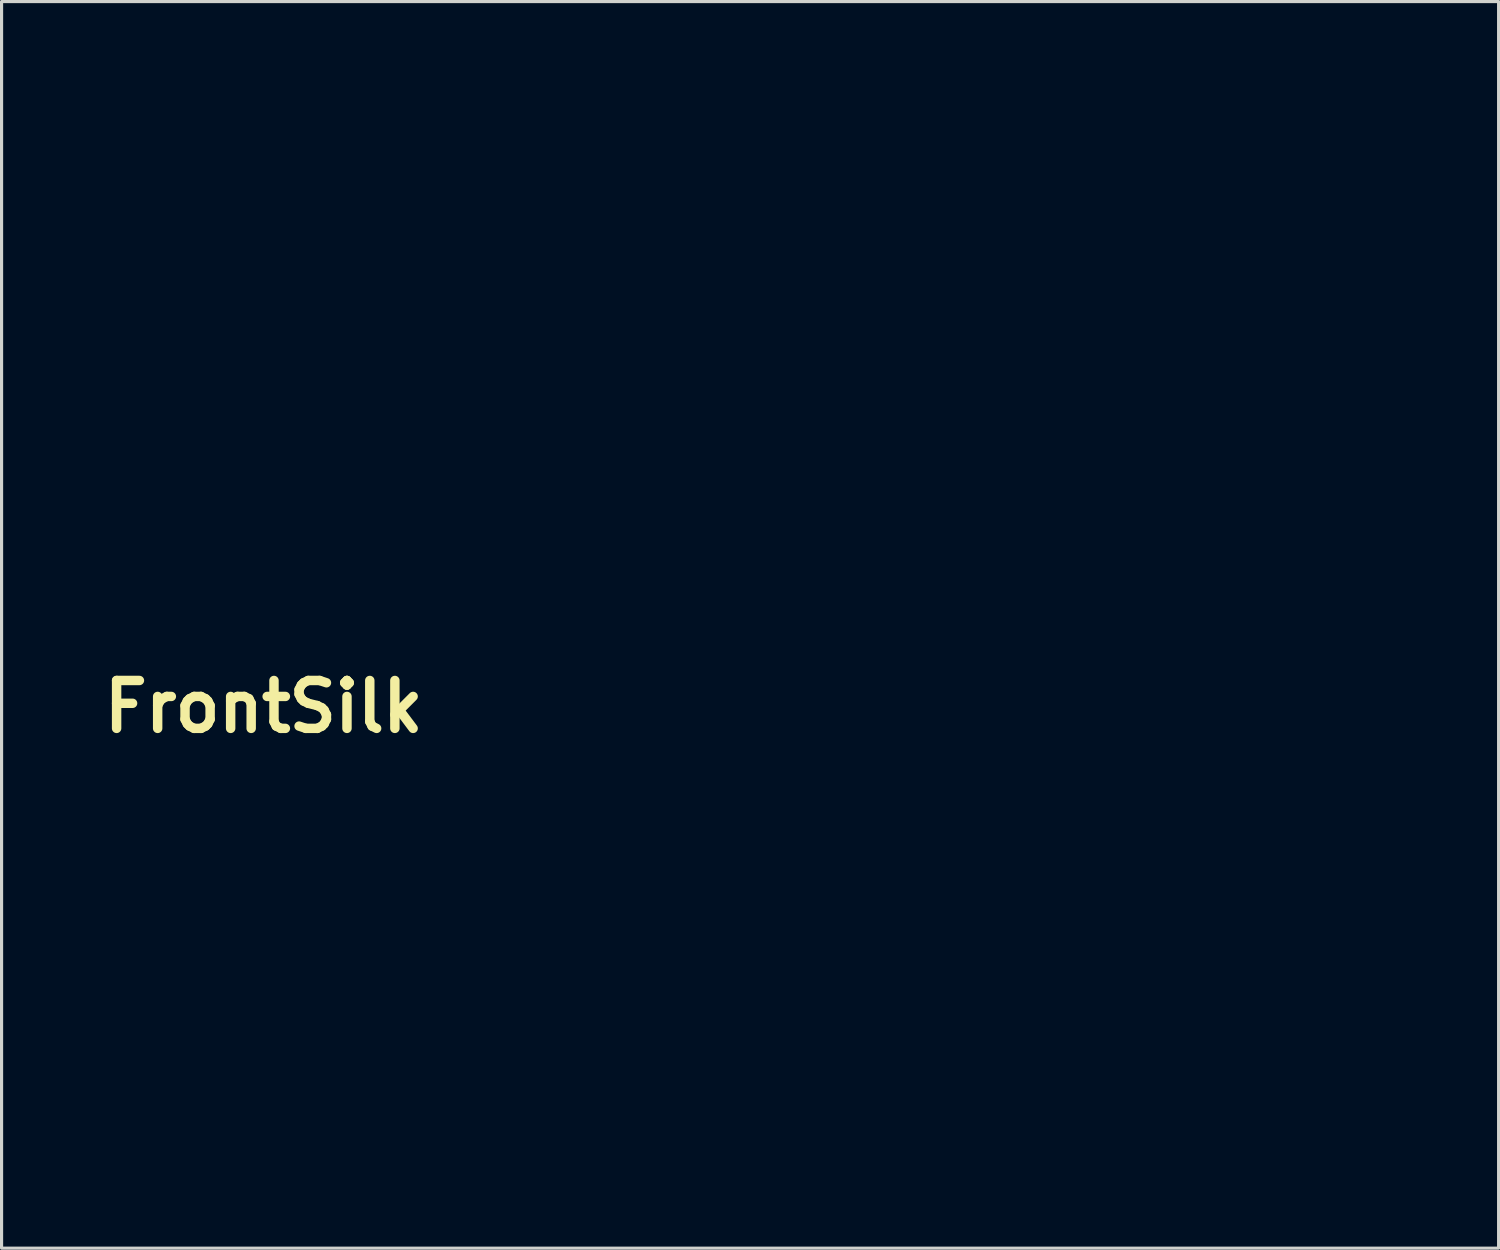
<source format=kicad_pcb>
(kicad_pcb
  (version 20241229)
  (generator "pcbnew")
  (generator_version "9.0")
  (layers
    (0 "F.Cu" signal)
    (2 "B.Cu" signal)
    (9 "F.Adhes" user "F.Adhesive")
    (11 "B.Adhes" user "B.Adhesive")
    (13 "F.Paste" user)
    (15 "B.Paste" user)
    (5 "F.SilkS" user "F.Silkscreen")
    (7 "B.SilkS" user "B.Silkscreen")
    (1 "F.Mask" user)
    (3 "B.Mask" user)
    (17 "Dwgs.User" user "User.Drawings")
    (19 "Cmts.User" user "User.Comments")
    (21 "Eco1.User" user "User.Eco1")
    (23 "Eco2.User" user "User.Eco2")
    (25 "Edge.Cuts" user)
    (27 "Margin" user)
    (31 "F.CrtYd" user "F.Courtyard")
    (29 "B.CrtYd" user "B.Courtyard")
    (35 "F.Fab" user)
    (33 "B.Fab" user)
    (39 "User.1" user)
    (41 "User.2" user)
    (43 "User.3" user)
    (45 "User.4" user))
  (footprint "FrontSilk"
    (layer "F.Cu")
    (at 5.341 19.436)
    (property "Reference" "FrontSilk" (at 0 0 0) (layer "F.SilkS") (effects (font (size 1.524 1.524) (thickness 0.3))))
    (attr through_hole)
    (fp_poly (pts (xy 31.714 -9.737) (xy 27.359 -9.737) (xy 27.359 -10.541) (xy 31.714 -10.541) (xy 31.714 -9.737)) (stroke (width 0.01) (type solid)) (fill no) (layer "Eco1.User"))
    (fp_poly (pts (xy 33.029 -10.691) (xy 33.163 -10.633) (xy 33.277 -10.526) (xy 33.367 -10.378) (xy 33.415 -10.22) (xy 33.419 -10.17) (xy 33.388 -9.97) (xy 33.302 -9.807) (xy 33.177 -9.689) (xy 33.027 -9.625) (xy 32.865 -9.623) (xy 32.706 -9.694) (xy 32.69 -9.706) (xy 32.569 -9.849) (xy 32.513 -9.981) (xy 32.485 -10.185) (xy 32.517 -10.37) (xy 32.599 -10.524) (xy 32.719 -10.636) (xy 32.866 -10.696) (xy 33.029 -10.691)) (stroke (width 0.01) (type solid)) (fill no) (layer "Eco1.User"))
    (fp_poly (pts (xy 30.716 -13.61) (xy 30.929 -13.486) (xy 31.194 -13.286) (xy 31.417 -13.021) (xy 31.594 -12.698) (xy 31.72 -12.325) (xy 31.77 -12.071) (xy 31.792 -11.877) (xy 31.802 -11.68) (xy 31.798 -11.525) (xy 31.776 -11.303) (xy 31.179 -11.303) (xy 31.161 -11.695) (xy 31.137 -11.986) (xy 31.09 -12.216) (xy 31.016 -12.401) (xy 30.907 -12.564) (xy 30.905 -12.567) (xy 30.852 -12.632) (xy 30.803 -12.686) (xy 30.75 -12.73) (xy 30.688 -12.765) (xy 30.609 -12.793) (xy 30.506 -12.814) (xy 30.373 -12.83) (xy 30.203 -12.841) (xy 29.988 -12.848) (xy 29.723 -12.854) (xy 29.399 -12.857) (xy 29.011 -12.861) (xy 28.947 -12.861) (xy 27.359 -12.874) (xy 27.359 -13.636) (xy 30.716 -13.61)) (stroke (width 0.01) (type solid)) (fill no) (layer "Eco1.User"))
    (fp_poly (pts (xy 35.079 2.206) (xy 35.252 2.237) (xy 35.403 2.262) (xy 35.515 2.279) (xy 35.569 2.285) (xy 35.617 2.312) (xy 35.632 2.403) (xy 35.633 2.414) (xy 35.626 2.501) (xy 35.593 2.525) (xy 35.533 2.512) (xy 35.433 2.483) (xy 35.551 2.64) (xy 35.627 2.747) (xy 35.661 2.82) (xy 35.662 2.884) (xy 35.647 2.939) (xy 35.602 2.996) (xy 35.52 2.988) (xy 35.496 2.978) (xy 35.467 2.925) (xy 35.452 2.823) (xy 35.451 2.797) (xy 35.436 2.675) (xy 35.387 2.58) (xy 35.294 2.508) (xy 35.148 2.452) (xy 34.942 2.407) (xy 34.843 2.391) (xy 34.732 2.371) (xy 34.676 2.345) (xy 34.655 2.298) (xy 34.653 2.246) (xy 34.653 2.129) (xy 35.079 2.206)) (stroke (width 0.01) (type solid)) (fill no) (layer "Eco1.User"))
    (fp_poly (pts (xy 34.239 8.232) (xy 34.325 8.285) (xy 34.442 8.362) (xy 34.503 8.403) (xy 34.786 8.593) (xy 35.633 8.261) (xy 35.633 8.381) (xy 35.628 8.44) (xy 35.606 8.484) (xy 35.554 8.524) (xy 35.457 8.569) (xy 35.318 8.624) (xy 35.003 8.747) (xy 35.303 8.951) (xy 35.456 9.059) (xy 35.555 9.14) (xy 35.609 9.206) (xy 35.63 9.27) (xy 35.627 9.343) (xy 35.626 9.348) (xy 35.616 9.369) (xy 35.587 9.372) (xy 35.534 9.352) (xy 35.448 9.304) (xy 35.323 9.225) (xy 35.151 9.111) (xy 34.926 8.957) (xy 34.898 8.938) (xy 34.667 8.778) (xy 34.491 8.655) (xy 34.364 8.56) (xy 34.276 8.489) (xy 34.222 8.435) (xy 34.193 8.391) (xy 34.182 8.351) (xy 34.181 8.329) (xy 34.187 8.245) (xy 34.201 8.213) (xy 34.239 8.232)) (stroke (width 0.01) (type solid)) (fill no) (layer "Eco1.User"))
    (fp_poly (pts (xy 35.265 -3.01) (xy 35.43 -2.905) (xy 35.492 -2.841) (xy 35.61 -2.655) (xy 35.657 -2.454) (xy 35.632 -2.237) (xy 35.602 -2.144) (xy 35.497 -1.956) (xy 35.355 -1.837) (xy 35.187 -1.79) (xy 35.007 -1.82) (xy 34.924 -1.861) (xy 34.77 -1.992) (xy 34.676 -2.17) (xy 34.638 -2.4) (xy 34.638 -2.425) (xy 34.834 -2.425) (xy 34.862 -2.241) (xy 34.942 -2.11) (xy 35.067 -2.041) (xy 35.143 -2.032) (xy 35.281 -2.067) (xy 35.362 -2.136) (xy 35.434 -2.271) (xy 35.448 -2.424) (xy 35.414 -2.573) (xy 35.337 -2.697) (xy 35.225 -2.777) (xy 35.133 -2.794) (xy 34.987 -2.76) (xy 34.888 -2.663) (xy 34.839 -2.506) (xy 34.834 -2.425) (xy 34.638 -2.425) (xy 34.637 -2.444) (xy 34.663 -2.661) (xy 34.742 -2.828) (xy 34.884 -2.956) (xy 34.919 -2.978) (xy 35.092 -3.035) (xy 35.265 -3.01)) (stroke (width 0.01) (type solid)) (fill no) (layer "Eco1.User"))
    (fp_poly (pts (xy 35.265 0.757) (xy 35.43 0.863) (xy 35.492 0.926) (xy 35.61 1.113) (xy 35.657 1.314) (xy 35.632 1.531) (xy 35.602 1.623) (xy 35.497 1.811) (xy 35.355 1.931) (xy 35.187 1.978) (xy 35.007 1.947) (xy 34.924 1.907) (xy 34.77 1.776) (xy 34.676 1.598) (xy 34.638 1.368) (xy 34.638 1.343) (xy 34.834 1.343) (xy 34.862 1.526) (xy 34.942 1.657) (xy 35.067 1.727) (xy 35.143 1.736) (xy 35.281 1.701) (xy 35.362 1.632) (xy 35.434 1.497) (xy 35.448 1.344) (xy 35.414 1.195) (xy 35.337 1.07) (xy 35.225 0.991) (xy 35.133 0.974) (xy 34.987 1.007) (xy 34.888 1.105) (xy 34.839 1.262) (xy 34.834 1.343) (xy 34.638 1.343) (xy 34.637 1.324) (xy 34.663 1.107) (xy 34.742 0.94) (xy 34.884 0.811) (xy 34.919 0.79) (xy 35.092 0.733) (xy 35.265 0.757)) (stroke (width 0.01) (type solid)) (fill no) (layer "Eco1.User"))
    (fp_poly (pts (xy 34.864 -0.276) (xy 34.876 -0.264) (xy 34.889 -0.198) (xy 34.853 -0.113) (xy 34.81 0.008) (xy 34.811 0.117) (xy 34.853 0.19) (xy 34.885 0.205) (xy 34.958 0.179) (xy 35.058 0.077) (xy 35.087 0.038) (xy 35.176 -0.071) (xy 35.25 -0.126) (xy 35.332 -0.144) (xy 35.353 -0.144) (xy 35.496 -0.109) (xy 35.598 -0.013) (xy 35.65 0.13) (xy 35.645 0.307) (xy 35.631 0.364) (xy 35.582 0.476) (xy 35.523 0.505) (xy 35.461 0.46) (xy 35.439 0.391) (xy 35.459 0.315) (xy 35.48 0.214) (xy 35.475 0.151) (xy 35.427 0.091) (xy 35.349 0.102) (xy 35.251 0.18) (xy 35.189 0.252) (xy 35.057 0.392) (xy 34.938 0.452) (xy 34.824 0.432) (xy 34.768 0.393) (xy 34.667 0.258) (xy 34.631 0.093) (xy 34.664 -0.093) (xy 34.666 -0.099) (xy 34.729 -0.225) (xy 34.798 -0.287) (xy 34.864 -0.276)) (stroke (width 0.01) (type solid)) (fill no) (layer "Eco1.User"))
    (fp_poly (pts (xy 35.097 -1.56) (xy 35.272 -1.531) (xy 35.422 -1.506) (xy 35.532 -1.49) (xy 35.586 -1.483) (xy 35.587 -1.483) (xy 35.62 -1.444) (xy 35.633 -1.352) (xy 35.626 -1.263) (xy 35.595 -1.24) (xy 35.56 -1.249) (xy 35.507 -1.263) (xy 35.493 -1.243) (xy 35.521 -1.178) (xy 35.578 -1.075) (xy 35.648 -0.931) (xy 35.662 -0.817) (xy 35.622 -0.71) (xy 35.587 -0.66) (xy 35.523 -0.591) (xy 35.447 -0.55) (xy 35.346 -0.536) (xy 35.206 -0.545) (xy 35.011 -0.577) (xy 34.989 -0.581) (xy 34.832 -0.612) (xy 34.734 -0.637) (xy 34.68 -0.663) (xy 34.658 -0.698) (xy 34.653 -0.749) (xy 34.653 -0.759) (xy 34.653 -0.874) (xy 35.016 -0.813) (xy 35.211 -0.785) (xy 35.345 -0.78) (xy 35.429 -0.8) (xy 35.473 -0.848) (xy 35.487 -0.926) (xy 35.487 -0.939) (xy 35.463 -1.077) (xy 35.386 -1.187) (xy 35.251 -1.271) (xy 35.052 -1.334) (xy 34.927 -1.36) (xy 34.788 -1.385) (xy 34.707 -1.409) (xy 34.667 -1.439) (xy 34.654 -1.484) (xy 34.653 -1.522) (xy 34.653 -1.637) (xy 35.097 -1.56)) (stroke (width 0.01) (type solid)) (fill no) (layer "Eco1.User"))
    (fp_poly (pts (xy 33.347 -18.04) (xy 33.345 -17.569) (xy 33.341 -17.174) (xy 33.332 -16.843) (xy 33.318 -16.567) (xy 33.297 -16.337) (xy 33.27 -16.141) (xy 33.235 -15.971) (xy 33.191 -15.816) (xy 33.137 -15.667) (xy 33.121 -15.627) (xy 32.943 -15.288) (xy 32.712 -14.996) (xy 32.436 -14.759) (xy 32.126 -14.58) (xy 31.791 -14.467) (xy 31.44 -14.424) (xy 31.188 -14.44) (xy 30.819 -14.532) (xy 30.488 -14.695) (xy 30.198 -14.925) (xy 29.953 -15.219) (xy 29.757 -15.573) (xy 29.641 -15.889) (xy 29.538 -16.235) (xy 29.537 -17.431) (xy 29.537 -18.584) (xy 30.222 -18.584) (xy 30.233 -17.43) (xy 30.244 -16.275) (xy 30.364 -15.992) (xy 30.521 -15.702) (xy 30.717 -15.483) (xy 30.953 -15.335) (xy 31.23 -15.256) (xy 31.414 -15.242) (xy 31.692 -15.268) (xy 31.861 -15.322) (xy 32.118 -15.477) (xy 32.326 -15.693) (xy 32.483 -15.971) (xy 32.568 -16.215) (xy 32.589 -16.306) (xy 32.606 -16.416) (xy 32.619 -16.558) (xy 32.629 -16.743) (xy 32.638 -16.982) (xy 32.644 -17.287) (xy 32.648 -17.515) (xy 32.664 -18.584) (xy 30.222 -18.584) (xy 29.537 -18.584) (xy 29.537 -18.627) (xy 27.359 -18.627) (xy 27.359 -19.431) (xy 33.347 -19.431) (xy 33.347 -18.04)) (stroke (width 0.01) (type solid)) (fill no) (layer "Eco1.User"))
    (fp_poly (pts (xy 35.225 -12.762) (xy 35.379 -12.695) (xy 35.509 -12.575) (xy 35.603 -12.42) (xy 35.649 -12.243) (xy 35.636 -12.064) (xy 35.586 -11.934) (xy 35.516 -11.829) (xy 35.505 -11.818) (xy 35.433 -11.743) (xy 35.425 -11.701) (xy 35.483 -11.685) (xy 35.524 -11.684) (xy 35.601 -11.674) (xy 35.629 -11.624) (xy 35.633 -11.557) (xy 35.625 -11.464) (xy 35.593 -11.437) (xy 35.542 -11.451) (xy 35.493 -11.463) (xy 35.389 -11.483) (xy 35.243 -11.51) (xy 35.079 -11.538) (xy 34.653 -11.61) (xy 34.653 -11.734) (xy 34.663 -11.82) (xy 34.695 -11.828) (xy 34.721 -11.825) (xy 34.71 -11.878) (xy 34.656 -12.042) (xy 34.636 -12.127) (xy 34.793 -12.127) (xy 34.821 -11.979) (xy 34.901 -11.85) (xy 34.971 -11.792) (xy 35.124 -11.732) (xy 35.262 -11.754) (xy 35.381 -11.85) (xy 35.461 -11.974) (xy 35.487 -12.112) (xy 35.487 -12.129) (xy 35.454 -12.297) (xy 35.366 -12.431) (xy 35.236 -12.513) (xy 35.132 -12.531) (xy 34.988 -12.496) (xy 34.881 -12.405) (xy 34.815 -12.275) (xy 34.793 -12.127) (xy 34.636 -12.127) (xy 34.63 -12.155) (xy 34.627 -12.247) (xy 34.644 -12.343) (xy 34.649 -12.364) (xy 34.729 -12.537) (xy 34.862 -12.673) (xy 35.03 -12.757) (xy 35.06 -12.764) (xy 35.225 -12.762)) (stroke (width 0.01) (type solid)) (fill no) (layer "Eco1.User"))
    (fp_poly (pts (xy 35.35 -8.132) (xy 35.499 -8.005) (xy 35.52 -7.978) (xy 35.622 -7.792) (xy 35.657 -7.602) (xy 35.628 -7.422) (xy 35.536 -7.266) (xy 35.4 -7.156) (xy 35.29 -7.103) (xy 35.194 -7.073) (xy 35.168 -7.07) (xy 35.132 -7.074) (xy 35.109 -7.096) (xy 35.096 -7.152) (xy 35.09 -7.256) (xy 35.088 -7.424) (xy 35.088 -7.514) (xy 35.087 -7.637) (xy 35.233 -7.637) (xy 35.24 -7.454) (xy 35.261 -7.349) (xy 35.302 -7.318) (xy 35.366 -7.356) (xy 35.415 -7.408) (xy 35.474 -7.528) (xy 35.481 -7.668) (xy 35.443 -7.801) (xy 35.364 -7.899) (xy 35.307 -7.928) (xy 35.269 -7.934) (xy 35.247 -7.911) (xy 35.237 -7.844) (xy 35.234 -7.715) (xy 35.233 -7.637) (xy 35.087 -7.637) (xy 35.086 -7.731) (xy 35.076 -7.871) (xy 35.053 -7.944) (xy 35.013 -7.957) (xy 34.951 -7.921) (xy 34.894 -7.871) (xy 34.818 -7.752) (xy 34.798 -7.603) (xy 34.837 -7.451) (xy 34.856 -7.416) (xy 34.892 -7.315) (xy 34.882 -7.234) (xy 34.828 -7.197) (xy 34.821 -7.197) (xy 34.751 -7.235) (xy 34.692 -7.335) (xy 34.65 -7.475) (xy 34.633 -7.631) (xy 34.645 -7.78) (xy 34.652 -7.809) (xy 34.738 -7.992) (xy 34.864 -8.119) (xy 35.019 -8.186) (xy 35.185 -8.191) (xy 35.35 -8.132)) (stroke (width 0.01) (type solid)) (fill no) (layer "Eco1.User"))
    (fp_poly (pts (xy 35.35 3.171) (xy 35.499 3.298) (xy 35.52 3.325) (xy 35.622 3.511) (xy 35.657 3.701) (xy 35.628 3.881) (xy 35.536 4.037) (xy 35.4 4.147) (xy 35.29 4.2) (xy 35.194 4.23) (xy 35.168 4.233) (xy 35.132 4.229) (xy 35.109 4.207) (xy 35.096 4.151) (xy 35.09 4.047) (xy 35.088 3.879) (xy 35.088 3.789) (xy 35.087 3.666) (xy 35.233 3.666) (xy 35.24 3.849) (xy 35.261 3.954) (xy 35.302 3.985) (xy 35.366 3.947) (xy 35.415 3.895) (xy 35.474 3.775) (xy 35.481 3.635) (xy 35.443 3.502) (xy 35.364 3.404) (xy 35.307 3.375) (xy 35.269 3.369) (xy 35.247 3.392) (xy 35.237 3.459) (xy 35.234 3.588) (xy 35.233 3.666) (xy 35.087 3.666) (xy 35.086 3.572) (xy 35.076 3.432) (xy 35.053 3.359) (xy 35.013 3.346) (xy 34.951 3.382) (xy 34.894 3.432) (xy 34.818 3.551) (xy 34.798 3.7) (xy 34.837 3.852) (xy 34.856 3.887) (xy 34.892 3.988) (xy 34.882 4.069) (xy 34.828 4.106) (xy 34.821 4.106) (xy 34.751 4.068) (xy 34.692 3.968) (xy 34.65 3.828) (xy 34.633 3.672) (xy 34.645 3.523) (xy 34.652 3.494) (xy 34.738 3.311) (xy 34.864 3.184) (xy 35.019 3.117) (xy 35.185 3.112) (xy 35.35 3.171)) (stroke (width 0.01) (type solid)) (fill no) (layer "Eco1.User"))
    (fp_poly (pts (xy 34.962 -5.958) (xy 34.988 -5.901) (xy 35.012 -5.813) (xy 34.992 -5.759) (xy 34.975 -5.742) (xy 34.888 -5.627) (xy 34.846 -5.484) (xy 34.844 -5.334) (xy 34.881 -5.196) (xy 34.953 -5.091) (xy 35.056 -5.04) (xy 35.085 -5.038) (xy 35.156 -5.049) (xy 35.217 -5.092) (xy 35.28 -5.178) (xy 35.355 -5.322) (xy 35.414 -5.448) (xy 35.501 -5.619) (xy 35.586 -5.727) (xy 35.659 -5.78) (xy 35.812 -5.827) (xy 35.954 -5.803) (xy 36.077 -5.72) (xy 36.175 -5.594) (xy 36.242 -5.436) (xy 36.269 -5.26) (xy 36.252 -5.079) (xy 36.182 -4.907) (xy 36.136 -4.841) (xy 36.06 -4.761) (xy 36.009 -4.753) (xy 35.965 -4.816) (xy 35.952 -4.848) (xy 35.931 -4.934) (xy 35.956 -5.006) (xy 35.989 -5.051) (xy 36.053 -5.179) (xy 36.061 -5.318) (xy 36.022 -5.445) (xy 35.943 -5.54) (xy 35.833 -5.582) (xy 35.791 -5.581) (xy 35.734 -5.563) (xy 35.682 -5.515) (xy 35.626 -5.424) (xy 35.552 -5.272) (xy 35.542 -5.249) (xy 35.457 -5.076) (xy 35.384 -4.961) (xy 35.309 -4.887) (xy 35.257 -4.852) (xy 35.152 -4.803) (xy 35.064 -4.798) (xy 34.978 -4.822) (xy 34.824 -4.915) (xy 34.714 -5.062) (xy 34.65 -5.246) (xy 34.635 -5.452) (xy 34.673 -5.661) (xy 34.767 -5.857) (xy 34.784 -5.882) (xy 34.863 -5.979) (xy 34.918 -6.003) (xy 34.962 -5.958)) (stroke (width 0.01) (type solid)) (fill no) (layer "Eco1.User"))
    (fp_poly (pts (xy 35.442 -14.036) (xy 36.231 -13.905) (xy 36.243 -13.718) (xy 36.233 -13.491) (xy 36.179 -13.304) (xy 36.091 -13.164) (xy 35.978 -13.079) (xy 35.849 -13.056) (xy 35.714 -13.102) (xy 35.591 -13.215) (xy 35.526 -13.292) (xy 35.491 -13.311) (xy 35.464 -13.278) (xy 35.45 -13.249) (xy 35.383 -13.167) (xy 35.274 -13.094) (xy 35.155 -13.047) (xy 35.095 -13.039) (xy 35.022 -13.061) (xy 34.926 -13.118) (xy 34.903 -13.135) (xy 34.791 -13.271) (xy 34.71 -13.473) (xy 34.668 -13.705) (xy 34.834 -13.705) (xy 34.859 -13.512) (xy 34.929 -13.375) (xy 35.039 -13.303) (xy 35.111 -13.293) (xy 35.25 -13.33) (xy 35.326 -13.397) (xy 35.382 -13.496) (xy 35.413 -13.616) (xy 35.413 -13.637) (xy 35.596 -13.637) (xy 35.624 -13.488) (xy 35.694 -13.375) (xy 35.792 -13.31) (xy 35.901 -13.302) (xy 36.002 -13.363) (xy 36.052 -13.46) (xy 36.068 -13.569) (xy 36.063 -13.652) (xy 36.035 -13.696) (xy 35.965 -13.72) (xy 35.9 -13.731) (xy 35.752 -13.753) (xy 35.662 -13.756) (xy 35.616 -13.737) (xy 35.598 -13.69) (xy 35.596 -13.637) (xy 35.413 -13.637) (xy 35.414 -13.728) (xy 35.382 -13.802) (xy 35.367 -13.813) (xy 35.308 -13.828) (xy 35.2 -13.848) (xy 35.076 -13.865) (xy 34.834 -13.895) (xy 34.834 -13.705) (xy 34.668 -13.705) (xy 34.664 -13.728) (xy 34.654 -13.909) (xy 34.653 -14.166) (xy 35.442 -14.036)) (stroke (width 0.01) (type solid)) (fill no) (layer "Eco1.User"))
    (fp_poly (pts (xy 35.442 6.962) (xy 36.231 7.092) (xy 36.243 7.279) (xy 36.233 7.507) (xy 36.179 7.694) (xy 36.091 7.833) (xy 35.978 7.919) (xy 35.849 7.942) (xy 35.714 7.896) (xy 35.591 7.782) (xy 35.526 7.705) (xy 35.491 7.686) (xy 35.464 7.719) (xy 35.45 7.749) (xy 35.383 7.83) (xy 35.274 7.904) (xy 35.155 7.951) (xy 35.095 7.959) (xy 35.022 7.936) (xy 34.926 7.88) (xy 34.903 7.862) (xy 34.791 7.727) (xy 34.71 7.525) (xy 34.668 7.292) (xy 34.834 7.292) (xy 34.859 7.485) (xy 34.929 7.622) (xy 35.039 7.695) (xy 35.111 7.705) (xy 35.25 7.667) (xy 35.326 7.601) (xy 35.382 7.501) (xy 35.413 7.381) (xy 35.413 7.36) (xy 35.596 7.36) (xy 35.624 7.509) (xy 35.694 7.622) (xy 35.792 7.688) (xy 35.901 7.695) (xy 36.002 7.635) (xy 36.052 7.538) (xy 36.068 7.429) (xy 36.063 7.345) (xy 36.035 7.301) (xy 35.965 7.277) (xy 35.9 7.266) (xy 35.752 7.245) (xy 35.662 7.241) (xy 35.616 7.261) (xy 35.598 7.307) (xy 35.596 7.36) (xy 35.413 7.36) (xy 35.414 7.269) (xy 35.382 7.195) (xy 35.367 7.184) (xy 35.308 7.169) (xy 35.2 7.15) (xy 35.076 7.132) (xy 34.834 7.102) (xy 34.834 7.292) (xy 34.668 7.292) (xy 34.664 7.269) (xy 34.654 7.088) (xy 34.653 6.831) (xy 35.442 6.962)) (stroke (width 0.01) (type solid)) (fill no) (layer "Eco1.User"))
    (fp_poly (pts (xy 35.268 -11.309) (xy 35.41 -11.223) (xy 35.536 -11.085) (xy 35.626 -10.92) (xy 35.652 -10.824) (xy 35.653 -10.689) (xy 35.624 -10.545) (xy 35.575 -10.421) (xy 35.514 -10.349) (xy 35.507 -10.345) (xy 35.455 -10.307) (xy 35.474 -10.272) (xy 35.562 -10.242) (xy 35.642 -10.227) (xy 35.788 -10.203) (xy 35.959 -10.173) (xy 36.059 -10.154) (xy 36.183 -10.126) (xy 36.251 -10.098) (xy 36.28 -10.06) (xy 36.286 -10.007) (xy 36.278 -9.955) (xy 36.247 -9.923) (xy 36.183 -9.911) (xy 36.075 -9.918) (xy 35.913 -9.944) (xy 35.778 -9.969) (xy 35.626 -9.998) (xy 35.43 -10.034) (xy 35.221 -10.072) (xy 35.079 -10.097) (xy 34.653 -10.171) (xy 34.653 -10.291) (xy 34.663 -10.376) (xy 34.698 -10.391) (xy 34.707 -10.387) (xy 34.733 -10.388) (xy 34.729 -10.435) (xy 34.693 -10.543) (xy 34.686 -10.56) (xy 34.656 -10.688) (xy 34.793 -10.688) (xy 34.822 -10.539) (xy 34.903 -10.408) (xy 34.971 -10.351) (xy 35.111 -10.304) (xy 35.257 -10.325) (xy 35.382 -10.408) (xy 35.406 -10.436) (xy 35.475 -10.584) (xy 35.484 -10.741) (xy 35.439 -10.888) (xy 35.349 -11.007) (xy 35.222 -11.079) (xy 35.132 -11.091) (xy 34.988 -11.057) (xy 34.881 -10.965) (xy 34.815 -10.836) (xy 34.793 -10.688) (xy 34.656 -10.688) (xy 34.636 -10.774) (xy 34.655 -10.963) (xy 34.74 -11.123) (xy 34.891 -11.248) (xy 34.963 -11.285) (xy 35.081 -11.328) (xy 35.176 -11.333) (xy 35.268 -11.309)) (stroke (width 0.01) (type solid)) (fill no) (layer "Eco1.User"))
    (fp_poly (pts (xy 35.268 4.439) (xy 35.41 4.525) (xy 35.536 4.663) (xy 35.626 4.828) (xy 35.652 4.924) (xy 35.653 5.059) (xy 35.624 5.203) (xy 35.575 5.327) (xy 35.514 5.399) (xy 35.507 5.403) (xy 35.455 5.441) (xy 35.474 5.476) (xy 35.562 5.506) (xy 35.642 5.521) (xy 35.788 5.545) (xy 35.959 5.575) (xy 36.059 5.594) (xy 36.183 5.622) (xy 36.251 5.65) (xy 36.28 5.688) (xy 36.286 5.741) (xy 36.278 5.793) (xy 36.247 5.825) (xy 36.183 5.837) (xy 36.075 5.83) (xy 35.913 5.804) (xy 35.778 5.779) (xy 35.626 5.75) (xy 35.43 5.714) (xy 35.221 5.676) (xy 35.079 5.651) (xy 34.653 5.577) (xy 34.653 5.457) (xy 34.663 5.372) (xy 34.698 5.357) (xy 34.707 5.361) (xy 34.733 5.36) (xy 34.729 5.313) (xy 34.693 5.205) (xy 34.686 5.188) (xy 34.656 5.06) (xy 34.793 5.06) (xy 34.822 5.209) (xy 34.903 5.34) (xy 34.971 5.397) (xy 35.111 5.444) (xy 35.257 5.423) (xy 35.382 5.34) (xy 35.406 5.312) (xy 35.475 5.164) (xy 35.484 5.007) (xy 35.439 4.86) (xy 35.349 4.741) (xy 35.222 4.669) (xy 35.132 4.657) (xy 34.988 4.691) (xy 34.881 4.783) (xy 34.815 4.912) (xy 34.793 5.06) (xy 34.656 5.06) (xy 34.636 4.974) (xy 34.655 4.785) (xy 34.74 4.625) (xy 34.891 4.5) (xy 34.963 4.463) (xy 35.081 4.42) (xy 35.176 4.415) (xy 35.268 4.439)) (stroke (width 0.01) (type solid)) (fill no) (layer "Eco1.User"))
    (fp_poly (pts (xy 34.861 -4.525) (xy 35.077 -4.487) (xy 35.27 -4.454) (xy 35.427 -4.428) (xy 35.537 -4.411) (xy 35.587 -4.404) (xy 35.587 -4.404) (xy 35.62 -4.366) (xy 35.633 -4.277) (xy 35.623 -4.19) (xy 35.59 -4.171) (xy 35.579 -4.176) (xy 35.552 -4.175) (xy 35.556 -4.127) (xy 35.593 -4.02) (xy 35.599 -4.003) (xy 35.65 -3.804) (xy 35.638 -3.63) (xy 35.559 -3.462) (xy 35.536 -3.429) (xy 35.438 -3.332) (xy 35.321 -3.264) (xy 35.313 -3.261) (xy 35.208 -3.23) (xy 35.134 -3.225) (xy 35.052 -3.244) (xy 35.001 -3.261) (xy 34.854 -3.351) (xy 34.734 -3.494) (xy 34.655 -3.67) (xy 34.627 -3.855) (xy 34.628 -3.873) (xy 34.798 -3.873) (xy 34.829 -3.708) (xy 34.911 -3.58) (xy 35.027 -3.498) (xy 35.16 -3.469) (xy 35.294 -3.504) (xy 35.392 -3.583) (xy 35.473 -3.728) (xy 35.492 -3.885) (xy 35.456 -4.036) (xy 35.37 -4.162) (xy 35.24 -4.245) (xy 35.172 -4.262) (xy 35.066 -4.27) (xy 34.992 -4.241) (xy 34.912 -4.161) (xy 34.909 -4.157) (xy 34.828 -4.036) (xy 34.799 -3.906) (xy 34.798 -3.873) (xy 34.628 -3.873) (xy 34.635 -3.936) (xy 34.679 -4.049) (xy 34.755 -4.156) (xy 34.765 -4.166) (xy 34.826 -4.236) (xy 34.847 -4.283) (xy 34.843 -4.289) (xy 34.797 -4.303) (xy 34.697 -4.324) (xy 34.562 -4.349) (xy 34.499 -4.36) (xy 34.347 -4.385) (xy 34.254 -4.407) (xy 34.204 -4.433) (xy 34.185 -4.47) (xy 34.181 -4.525) (xy 34.181 -4.528) (xy 34.181 -4.644) (xy 34.861 -4.525)) (stroke (width 0.01) (type solid)) (fill no) (layer "Eco1.User"))
    (fp_poly (pts (xy 34.611 -9.733) (xy 34.617 -9.651) (xy 34.617 -9.649) (xy 34.6 -9.55) (xy 34.562 -9.525) (xy 34.473 -9.488) (xy 34.407 -9.391) (xy 34.37 -9.259) (xy 34.37 -9.115) (xy 34.4 -9.015) (xy 34.465 -8.933) (xy 34.566 -8.856) (xy 34.668 -8.81) (xy 34.701 -8.805) (xy 34.727 -8.82) (xy 34.719 -8.875) (xy 34.681 -8.973) (xy 34.649 -9.112) (xy 34.798 -9.112) (xy 34.828 -8.95) (xy 34.908 -8.825) (xy 35.02 -8.743) (xy 35.149 -8.709) (xy 35.278 -8.73) (xy 35.39 -8.812) (xy 35.431 -8.871) (xy 35.483 -9.026) (xy 35.476 -9.176) (xy 35.42 -9.308) (xy 35.328 -9.411) (xy 35.212 -9.474) (xy 35.083 -9.485) (xy 34.955 -9.432) (xy 34.894 -9.379) (xy 34.821 -9.268) (xy 34.798 -9.128) (xy 34.798 -9.112) (xy 34.649 -9.112) (xy 34.637 -9.163) (xy 34.657 -9.349) (xy 34.735 -9.513) (xy 34.864 -9.638) (xy 34.985 -9.696) (xy 35.17 -9.721) (xy 35.336 -9.669) (xy 35.47 -9.561) (xy 35.59 -9.395) (xy 35.65 -9.214) (xy 35.649 -9.033) (xy 35.585 -8.869) (xy 35.518 -8.785) (xy 35.409 -8.678) (xy 35.521 -8.652) (xy 35.602 -8.617) (xy 35.631 -8.552) (xy 35.633 -8.525) (xy 35.622 -8.455) (xy 35.575 -8.43) (xy 35.515 -8.429) (xy 35.418 -8.439) (xy 35.281 -8.46) (xy 35.143 -8.487) (xy 34.983 -8.52) (xy 34.822 -8.551) (xy 34.714 -8.57) (xy 34.537 -8.632) (xy 34.395 -8.744) (xy 34.289 -8.892) (xy 34.221 -9.061) (xy 34.195 -9.238) (xy 34.213 -9.41) (xy 34.278 -9.561) (xy 34.391 -9.679) (xy 34.503 -9.735) (xy 34.58 -9.755) (xy 34.611 -9.733)) (stroke (width 0.01) (type solid)) (fill no) (layer "Eco1.User"))
    (fp_poly (pts (xy 30.923 5.723) (xy 31.184 5.909) (xy 31.409 6.159) (xy 31.582 6.453) (xy 31.602 6.497) (xy 31.733 6.893) (xy 31.803 7.301) (xy 31.812 7.71) (xy 31.762 8.107) (xy 31.655 8.482) (xy 31.491 8.821) (xy 31.317 9.063) (xy 31.198 9.194) (xy 31.085 9.296) (xy 30.967 9.373) (xy 30.831 9.43) (xy 30.667 9.468) (xy 30.462 9.493) (xy 30.206 9.508) (xy 29.945 9.516) (xy 29.21 9.533) (xy 29.21 8.763) (xy 29.753 8.763) (xy 30.154 8.763) (xy 30.389 8.756) (xy 30.565 8.736) (xy 30.672 8.705) (xy 30.824 8.59) (xy 30.967 8.412) (xy 31.085 8.192) (xy 31.103 8.149) (xy 31.164 7.916) (xy 31.191 7.641) (xy 31.184 7.355) (xy 31.143 7.09) (xy 31.1 6.951) (xy 30.985 6.722) (xy 30.836 6.551) (xy 30.646 6.436) (xy 30.409 6.373) (xy 30.117 6.357) (xy 30.058 6.359) (xy 29.772 6.371) (xy 29.753 8.763) (xy 29.21 8.763) (xy 29.21 6.396) (xy 28.929 6.384) (xy 28.683 6.384) (xy 28.492 6.412) (xy 28.342 6.471) (xy 28.243 6.543) (xy 28.109 6.711) (xy 28.006 6.938) (xy 27.938 7.205) (xy 27.907 7.493) (xy 27.919 7.782) (xy 27.974 8.053) (xy 27.978 8.065) (xy 28.068 8.272) (xy 28.196 8.472) (xy 28.341 8.635) (xy 28.422 8.7) (xy 28.452 8.726) (xy 28.462 8.766) (xy 28.447 8.836) (xy 28.407 8.955) (xy 28.369 9.059) (xy 28.313 9.208) (xy 28.27 9.322) (xy 28.246 9.385) (xy 28.244 9.391) (xy 28.208 9.388) (xy 28.132 9.341) (xy 28.031 9.264) (xy 27.922 9.167) (xy 27.823 9.068) (xy 27.614 8.783) (xy 27.455 8.449) (xy 27.348 8.08) (xy 27.296 7.688) (xy 27.3 7.287) (xy 27.361 6.892) (xy 27.471 6.543) (xy 27.6 6.296) (xy 27.777 6.06) (xy 27.98 5.86) (xy 28.166 5.732) (xy 28.394 5.609) (xy 30.716 5.609) (xy 30.923 5.723)) (stroke (width 0.01) (type solid)) (fill no) (layer "Eco1.User"))
    (fp_poly (pts (xy 29.618 10.379) (xy 29.679 10.38) (xy 29.998 10.386) (xy 30.255 10.393) (xy 30.459 10.404) (xy 30.62 10.42) (xy 30.747 10.444) (xy 30.852 10.477) (xy 30.943 10.522) (xy 31.031 10.58) (xy 31.126 10.654) (xy 31.154 10.677) (xy 31.371 10.905) (xy 31.544 11.189) (xy 31.674 11.515) (xy 31.758 11.871) (xy 31.797 12.242) (xy 31.788 12.616) (xy 31.731 12.979) (xy 31.625 13.318) (xy 31.469 13.619) (xy 31.39 13.729) (xy 31.296 13.838) (xy 31.19 13.947) (xy 31.086 14.042) (xy 31 14.11) (xy 30.946 14.138) (xy 30.937 14.135) (xy 30.913 14.093) (xy 30.863 13.997) (xy 30.797 13.867) (xy 30.79 13.852) (xy 30.656 13.586) (xy 30.856 13.334) (xy 30.977 13.162) (xy 31.06 12.991) (xy 31.109 12.799) (xy 31.13 12.568) (xy 31.128 12.277) (xy 31.127 12.248) (xy 31.115 12.048) (xy 31.096 11.902) (xy 31.062 11.781) (xy 31.008 11.654) (xy 31.001 11.639) (xy 30.857 11.409) (xy 30.682 11.252) (xy 30.521 11.177) (xy 30.435 11.162) (xy 30.291 11.15) (xy 30.1 11.142) (xy 29.877 11.136) (xy 29.635 11.134) (xy 29.387 11.135) (xy 29.146 11.139) (xy 28.925 11.147) (xy 28.739 11.157) (xy 28.6 11.17) (xy 28.531 11.183) (xy 28.346 11.278) (xy 28.18 11.444) (xy 28.044 11.665) (xy 27.977 11.832) (xy 27.925 12.076) (xy 27.907 12.352) (xy 27.922 12.629) (xy 27.969 12.876) (xy 28.009 12.988) (xy 28.109 13.177) (xy 28.23 13.349) (xy 28.356 13.482) (xy 28.448 13.547) (xy 28.523 13.596) (xy 28.557 13.645) (xy 28.557 13.647) (xy 28.541 13.724) (xy 28.5 13.838) (xy 28.445 13.969) (xy 28.385 14.091) (xy 28.333 14.184) (xy 28.297 14.222) (xy 28.295 14.222) (xy 28.236 14.202) (xy 28.143 14.155) (xy 28.106 14.132) (xy 27.954 14.013) (xy 27.793 13.843) (xy 27.641 13.647) (xy 27.522 13.452) (xy 27.49 13.385) (xy 27.369 13.024) (xy 27.302 12.632) (xy 27.287 12.228) (xy 27.325 11.83) (xy 27.414 11.458) (xy 27.522 11.195) (xy 27.659 10.971) (xy 27.829 10.764) (xy 28.01 10.601) (xy 28.097 10.545) (xy 28.198 10.494) (xy 28.306 10.453) (xy 28.431 10.422) (xy 28.581 10.4) (xy 28.765 10.385) (xy 28.994 10.378) (xy 29.275 10.376) (xy 29.618 10.379)) (stroke (width 0.01) (type solid)) (fill no) (layer "Eco1.User"))
    (fp_poly (pts (xy 28.194 1.105) (xy 28.257 1.193) (xy 28.337 1.313) (xy 28.35 1.333) (xy 28.513 1.586) (xy 28.303 1.848) (xy 28.125 2.119) (xy 27.995 2.419) (xy 27.915 2.735) (xy 27.888 3.05) (xy 27.916 3.349) (xy 27.992 3.592) (xy 28.112 3.783) (xy 28.27 3.921) (xy 28.452 4) (xy 28.642 4.016) (xy 28.824 3.962) (xy 28.898 3.915) (xy 28.996 3.796) (xy 29.089 3.595) (xy 29.175 3.317) (xy 29.252 2.962) (xy 29.26 2.921) (xy 29.332 2.561) (xy 29.406 2.269) (xy 29.488 2.028) (xy 29.582 1.82) (xy 29.617 1.757) (xy 29.784 1.533) (xy 29.989 1.371) (xy 30.221 1.271) (xy 30.468 1.232) (xy 30.719 1.254) (xy 30.964 1.336) (xy 31.191 1.477) (xy 31.39 1.677) (xy 31.512 1.863) (xy 31.635 2.15) (xy 31.723 2.489) (xy 31.774 2.855) (xy 31.783 3.224) (xy 31.754 3.531) (xy 31.712 3.715) (xy 31.646 3.923) (xy 31.564 4.133) (xy 31.477 4.318) (xy 31.395 4.455) (xy 31.369 4.487) (xy 31.326 4.532) (xy 31.289 4.552) (xy 31.244 4.541) (xy 31.18 4.493) (xy 31.082 4.402) (xy 30.979 4.3) (xy 30.81 4.134) (xy 30.901 4.009) (xy 31.044 3.758) (xy 31.141 3.461) (xy 31.17 3.315) (xy 31.19 3.039) (xy 31.164 2.759) (xy 31.097 2.499) (xy 30.994 2.285) (xy 30.963 2.24) (xy 30.804 2.086) (xy 30.631 2.008) (xy 30.454 2.006) (xy 30.286 2.082) (xy 30.185 2.173) (xy 30.106 2.293) (xy 30.026 2.464) (xy 29.958 2.653) (xy 29.912 2.831) (xy 29.899 2.944) (xy 29.887 3.058) (xy 29.856 3.227) (xy 29.81 3.427) (xy 29.755 3.635) (xy 29.699 3.826) (xy 29.646 3.978) (xy 29.633 4.01) (xy 29.474 4.305) (xy 29.284 4.524) (xy 29.059 4.672) (xy 28.793 4.752) (xy 28.634 4.768) (xy 28.478 4.769) (xy 28.329 4.759) (xy 28.221 4.74) (xy 28.219 4.74) (xy 27.973 4.626) (xy 27.749 4.44) (xy 27.558 4.193) (xy 27.438 3.964) (xy 27.377 3.784) (xy 27.32 3.558) (xy 27.277 3.322) (xy 27.254 3.113) (xy 27.252 3.048) (xy 27.277 2.721) (xy 27.343 2.375) (xy 27.443 2.037) (xy 27.569 1.733) (xy 27.69 1.525) (xy 27.772 1.419) (xy 27.873 1.306) (xy 27.978 1.2) (xy 28.072 1.117) (xy 28.14 1.072) (xy 28.161 1.068) (xy 28.194 1.105)) (stroke (width 0.01) (type solid)) (fill no) (layer "Eco1.User"))
    (fp_poly (pts (xy 28.708 -3.718) (xy 29.022 -3.665) (xy 29.293 -3.546) (xy 29.523 -3.359) (xy 29.713 -3.103) (xy 29.865 -2.776) (xy 29.957 -2.475) (xy 30.005 -2.181) (xy 30.019 -1.839) (xy 30.001 -1.471) (xy 29.951 -1.102) (xy 29.871 -0.758) (xy 29.843 -0.665) (xy 29.839 -0.632) (xy 29.86 -0.611) (xy 29.92 -0.599) (xy 30.029 -0.594) (xy 30.178 -0.593) (xy 30.359 -0.596) (xy 30.488 -0.608) (xy 30.587 -0.634) (xy 30.678 -0.676) (xy 30.699 -0.688) (xy 30.884 -0.841) (xy 31.026 -1.058) (xy 31.126 -1.342) (xy 31.153 -1.461) (xy 31.19 -1.837) (xy 31.156 -2.196) (xy 31.051 -2.539) (xy 30.902 -2.824) (xy 30.745 -3.073) (xy 31.118 -3.564) (xy 31.251 -3.392) (xy 31.462 -3.069) (xy 31.621 -2.719) (xy 31.73 -2.352) (xy 31.788 -1.976) (xy 31.798 -1.602) (xy 31.76 -1.24) (xy 31.676 -0.898) (xy 31.546 -0.586) (xy 31.373 -0.315) (xy 31.156 -0.092) (xy 30.897 0.071) (xy 30.85 0.092) (xy 30.8 0.109) (xy 30.74 0.124) (xy 30.66 0.136) (xy 30.555 0.145) (xy 30.418 0.152) (xy 30.241 0.157) (xy 30.018 0.161) (xy 29.741 0.164) (xy 29.403 0.165) (xy 29.116 0.166) (xy 27.552 0.169) (xy 27.457 -0.265) (xy 27.379 -0.654) (xy 27.327 -1.002) (xy 27.298 -1.344) (xy 27.289 -1.644) (xy 27.863 -1.644) (xy 27.864 -1.38) (xy 27.873 -1.126) (xy 27.887 -0.901) (xy 27.908 -0.723) (xy 27.924 -0.646) (xy 27.948 -0.626) (xy 28.013 -0.611) (xy 28.127 -0.601) (xy 28.296 -0.595) (xy 28.528 -0.593) (xy 28.627 -0.593) (xy 28.869 -0.593) (xy 29.048 -0.596) (xy 29.175 -0.602) (xy 29.259 -0.612) (xy 29.31 -0.626) (xy 29.338 -0.647) (xy 29.35 -0.667) (xy 29.385 -0.779) (xy 29.421 -0.951) (xy 29.453 -1.159) (xy 29.48 -1.378) (xy 29.497 -1.583) (xy 29.5 -1.706) (xy 29.476 -2.071) (xy 29.404 -2.377) (xy 29.285 -2.621) (xy 29.121 -2.801) (xy 28.914 -2.915) (xy 28.665 -2.961) (xy 28.614 -2.962) (xy 28.378 -2.924) (xy 28.18 -2.813) (xy 28.022 -2.633) (xy 27.919 -2.421) (xy 27.895 -2.306) (xy 27.878 -2.126) (xy 27.867 -1.899) (xy 27.863 -1.644) (xy 27.289 -1.644) (xy 27.287 -1.717) (xy 27.287 -1.799) (xy 27.306 -2.244) (xy 27.364 -2.623) (xy 27.462 -2.941) (xy 27.604 -3.203) (xy 27.79 -3.417) (xy 27.807 -3.433) (xy 28.04 -3.595) (xy 28.297 -3.69) (xy 28.59 -3.721) (xy 28.708 -3.718)) (stroke (width 0.01) (type solid)) (fill no) (layer "Eco1.User")))
  (gr_rect
    (start -3 -3)
    (end 44.632 36.663)
    (stroke (width 0.1) (type default))
    (fill no)
    (layer "Edge.Cuts")))
</source>
